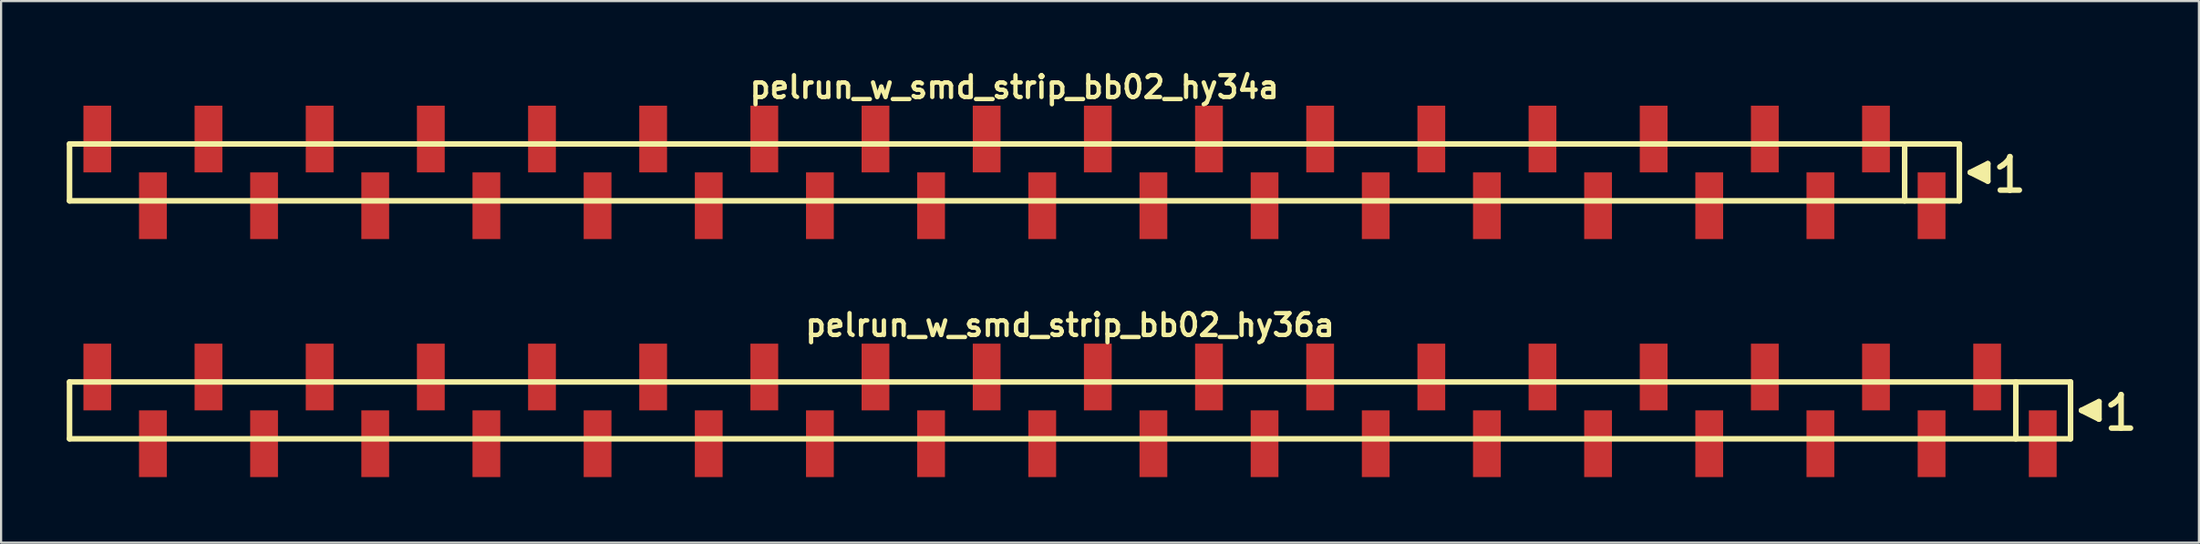
<source format=kicad_pcb>
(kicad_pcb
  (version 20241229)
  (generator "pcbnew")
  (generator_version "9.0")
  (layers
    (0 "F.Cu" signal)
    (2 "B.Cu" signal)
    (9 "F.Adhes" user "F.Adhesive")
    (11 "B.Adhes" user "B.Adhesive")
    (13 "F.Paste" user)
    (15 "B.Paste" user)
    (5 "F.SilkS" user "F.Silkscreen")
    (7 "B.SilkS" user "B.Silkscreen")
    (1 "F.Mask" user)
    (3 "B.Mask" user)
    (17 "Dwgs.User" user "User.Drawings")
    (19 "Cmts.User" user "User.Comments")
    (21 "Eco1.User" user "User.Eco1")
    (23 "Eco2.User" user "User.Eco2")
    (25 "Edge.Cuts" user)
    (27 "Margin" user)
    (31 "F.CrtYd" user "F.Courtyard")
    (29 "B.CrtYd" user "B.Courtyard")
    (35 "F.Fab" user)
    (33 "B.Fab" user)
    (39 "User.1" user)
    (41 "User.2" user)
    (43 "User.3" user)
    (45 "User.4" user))
  (footprint "pelrun_w_smd_strip_bb02_hy34a"
    (layer "F.Cu")
    (at 43.307 4.832)
    (property "Reference" "pelrun_w_smd_strip_bb02_hy34a" (at 0 -3.9 0) (layer "F.SilkS") (effects (font (size 0.998 0.998) (thickness 0.198))))
    (attr through_hole)
    (fp_line (start -43.18 -1.3) (end 43.18 -1.3) (stroke (width 0.254) (type solid)) (layer "F.SilkS"))
    (fp_line (start -43.18 1.3) (end -43.18 -1.3) (stroke (width 0.254) (type solid)) (layer "F.SilkS"))
    (fp_line (start 40.68 1.3) (end 40.68 -1.3) (stroke (width 0.254) (type solid)) (layer "F.SilkS"))
    (fp_line (start 43.18 -1.3) (end 43.18 1.3) (stroke (width 0.254) (type solid)) (layer "F.SilkS"))
    (fp_line (start 43.18 1.3) (end -43.18 1.3) (stroke (width 0.254) (type solid)) (layer "F.SilkS"))
    (fp_line (start 43.68 0) (end 44.48 0.4) (stroke (width 0.254) (type solid)) (layer "F.SilkS"))
    (fp_line (start 43.98 0.1) (end 43.98 -0.1) (stroke (width 0.254) (type solid)) (layer "F.SilkS"))
    (fp_line (start 44.08 -0.1) (end 44.08 0.1) (stroke (width 0.254) (type solid)) (layer "F.SilkS"))
    (fp_line (start 44.18 0.2) (end 44.18 -0.2) (stroke (width 0.254) (type solid)) (layer "F.SilkS"))
    (fp_line (start 44.28 -0.2) (end 44.28 0.2) (stroke (width 0.254) (type solid)) (layer "F.SilkS"))
    (fp_line (start 44.38 0.3) (end 44.38 -0.3) (stroke (width 0.254) (type solid)) (layer "F.SilkS"))
    (fp_line (start 44.48 -0.4) (end 43.68 0) (stroke (width 0.254) (type solid)) (layer "F.SilkS"))
    (fp_line (start 44.48 0.4) (end 44.48 -0.4) (stroke (width 0.254) (type solid)) (layer "F.SilkS"))
    (fp_line (start 45.03 -0.25) (end 45.16 -0.33) (stroke (width 0.254) (type solid)) (layer "F.SilkS"))
    (fp_line (start 45.16 -0.33) (end 45.32 -0.46) (stroke (width 0.254) (type solid)) (layer "F.SilkS"))
    (fp_line (start 45.32 -0.46) (end 45.46 -0.63) (stroke (width 0.254) (type solid)) (layer "F.SilkS"))
    (fp_line (start 45.46 -0.63) (end 45.49 -0.72) (stroke (width 0.254) (type solid)) (layer "F.SilkS"))
    (fp_line (start 45.49 -0.72) (end 45.49 0.81) (stroke (width 0.254) (type solid)) (layer "F.SilkS"))
    (fp_line (start 45.49 0.81) (end 45.05 0.81) (stroke (width 0.254) (type solid)) (layer "F.SilkS"))
    (fp_line (start 45.92 0.81) (end 45.48 0.81) (stroke (width 0.254) (type solid)) (layer "F.SilkS"))
    (pad "1" smd rect (at 41.91 1.525) (size 1.27 3.05) (layers "F.Cu" "F.Mask" "F.Paste"))
    (pad "2" smd rect (at 39.37 -1.525) (size 1.27 3.05) (layers "F.Cu" "F.Mask" "F.Paste"))
    (pad "3" smd rect (at 36.83 1.525) (size 1.27 3.05) (layers "F.Cu" "F.Mask" "F.Paste"))
    (pad "4" smd rect (at 34.29 -1.525) (size 1.27 3.05) (layers "F.Cu" "F.Mask" "F.Paste"))
    (pad "5" smd rect (at 31.75 1.525) (size 1.27 3.05) (layers "F.Cu" "F.Mask" "F.Paste"))
    (pad "6" smd rect (at 29.21 -1.525) (size 1.27 3.05) (layers "F.Cu" "F.Mask" "F.Paste"))
    (pad "7" smd rect (at 26.67 1.525) (size 1.27 3.05) (layers "F.Cu" "F.Mask" "F.Paste"))
    (pad "8" smd rect (at 24.13 -1.525) (size 1.27 3.05) (layers "F.Cu" "F.Mask" "F.Paste"))
    (pad "9" smd rect (at 21.59 1.525) (size 1.27 3.05) (layers "F.Cu" "F.Mask" "F.Paste"))
    (pad "10" smd rect (at 19.05 -1.525) (size 1.27 3.05) (layers "F.Cu" "F.Mask" "F.Paste"))
    (pad "11" smd rect (at 16.51 1.525) (size 1.27 3.05) (layers "F.Cu" "F.Mask" "F.Paste"))
    (pad "12" smd rect (at 13.97 -1.525) (size 1.27 3.05) (layers "F.Cu" "F.Mask" "F.Paste"))
    (pad "13" smd rect (at 11.43 1.525) (size 1.27 3.05) (layers "F.Cu" "F.Mask" "F.Paste"))
    (pad "14" smd rect (at 8.89 -1.525) (size 1.27 3.05) (layers "F.Cu" "F.Mask" "F.Paste"))
    (pad "15" smd rect (at 6.35 1.525) (size 1.27 3.05) (layers "F.Cu" "F.Mask" "F.Paste"))
    (pad "16" smd rect (at 3.81 -1.525) (size 1.27 3.05) (layers "F.Cu" "F.Mask" "F.Paste"))
    (pad "17" smd rect (at 1.27 1.525) (size 1.27 3.05) (layers "F.Cu" "F.Mask" "F.Paste"))
    (pad "18" smd rect (at -1.27 -1.525) (size 1.27 3.05) (layers "F.Cu" "F.Mask" "F.Paste"))
    (pad "19" smd rect (at -3.81 1.525) (size 1.27 3.05) (layers "F.Cu" "F.Mask" "F.Paste"))
    (pad "20" smd rect (at -6.35 -1.525) (size 1.27 3.05) (layers "F.Cu" "F.Mask" "F.Paste"))
    (pad "21" smd rect (at -8.89 1.525) (size 1.27 3.05) (layers "F.Cu" "F.Mask" "F.Paste"))
    (pad "22" smd rect (at -11.43 -1.525) (size 1.27 3.05) (layers "F.Cu" "F.Mask" "F.Paste"))
    (pad "23" smd rect (at -13.97 1.525) (size 1.27 3.05) (layers "F.Cu" "F.Mask" "F.Paste"))
    (pad "24" smd rect (at -16.51 -1.525) (size 1.27 3.05) (layers "F.Cu" "F.Mask" "F.Paste"))
    (pad "25" smd rect (at -19.05 1.525) (size 1.27 3.05) (layers "F.Cu" "F.Mask" "F.Paste"))
    (pad "26" smd rect (at -21.59 -1.525) (size 1.27 3.05) (layers "F.Cu" "F.Mask" "F.Paste"))
    (pad "27" smd rect (at -24.13 1.525) (size 1.27 3.05) (layers "F.Cu" "F.Mask" "F.Paste"))
    (pad "28" smd rect (at -26.67 -1.525) (size 1.27 3.05) (layers "F.Cu" "F.Mask" "F.Paste"))
    (pad "29" smd rect (at -29.21 1.525) (size 1.27 3.05) (layers "F.Cu" "F.Mask" "F.Paste"))
    (pad "30" smd rect (at -31.75 -1.525) (size 1.27 3.05) (layers "F.Cu" "F.Mask" "F.Paste"))
    (pad "31" smd rect (at -34.29 1.525) (size 1.27 3.05) (layers "F.Cu" "F.Mask" "F.Paste"))
    (pad "32" smd rect (at -36.83 -1.525) (size 1.27 3.05) (layers "F.Cu" "F.Mask" "F.Paste"))
    (pad "33" smd rect (at -39.37 1.525) (size 1.27 3.05) (layers "F.Cu" "F.Mask" "F.Paste"))
    (pad "34" smd rect (at -41.91 -1.525) (size 1.27 3.05) (layers "F.Cu" "F.Mask" "F.Paste")))
  (footprint "pelrun_w_smd_strip_bb02_hy36a"
    (layer "F.Cu")
    (at 45.847 15.713)
    (property "Reference" "pelrun_w_smd_strip_bb02_hy36a" (at 0 -3.9 0) (layer "F.SilkS") (effects (font (size 0.998 0.998) (thickness 0.198))))
    (attr through_hole)
    (fp_line (start -45.72 -1.3) (end 45.72 -1.3) (stroke (width 0.254) (type solid)) (layer "F.SilkS"))
    (fp_line (start -45.72 1.3) (end -45.72 -1.3) (stroke (width 0.254) (type solid)) (layer "F.SilkS"))
    (fp_line (start 43.22 1.3) (end 43.22 -1.3) (stroke (width 0.254) (type solid)) (layer "F.SilkS"))
    (fp_line (start 45.72 -1.3) (end 45.72 1.3) (stroke (width 0.254) (type solid)) (layer "F.SilkS"))
    (fp_line (start 45.72 1.3) (end -45.72 1.3) (stroke (width 0.254) (type solid)) (layer "F.SilkS"))
    (fp_line (start 46.22 0) (end 47.02 0.4) (stroke (width 0.254) (type solid)) (layer "F.SilkS"))
    (fp_line (start 46.52 0.1) (end 46.52 -0.1) (stroke (width 0.254) (type solid)) (layer "F.SilkS"))
    (fp_line (start 46.62 -0.1) (end 46.62 0.1) (stroke (width 0.254) (type solid)) (layer "F.SilkS"))
    (fp_line (start 46.72 0.2) (end 46.72 -0.2) (stroke (width 0.254) (type solid)) (layer "F.SilkS"))
    (fp_line (start 46.82 -0.2) (end 46.82 0.2) (stroke (width 0.254) (type solid)) (layer "F.SilkS"))
    (fp_line (start 46.92 0.3) (end 46.92 -0.3) (stroke (width 0.254) (type solid)) (layer "F.SilkS"))
    (fp_line (start 47.02 -0.4) (end 46.22 0) (stroke (width 0.254) (type solid)) (layer "F.SilkS"))
    (fp_line (start 47.02 0.4) (end 47.02 -0.4) (stroke (width 0.254) (type solid)) (layer "F.SilkS"))
    (fp_line (start 47.57 -0.25) (end 47.7 -0.33) (stroke (width 0.254) (type solid)) (layer "F.SilkS"))
    (fp_line (start 47.7 -0.33) (end 47.86 -0.46) (stroke (width 0.254) (type solid)) (layer "F.SilkS"))
    (fp_line (start 47.86 -0.46) (end 48 -0.63) (stroke (width 0.254) (type solid)) (layer "F.SilkS"))
    (fp_line (start 48 -0.63) (end 48.03 -0.72) (stroke (width 0.254) (type solid)) (layer "F.SilkS"))
    (fp_line (start 48.03 -0.72) (end 48.03 0.81) (stroke (width 0.254) (type solid)) (layer "F.SilkS"))
    (fp_line (start 48.03 0.81) (end 47.59 0.81) (stroke (width 0.254) (type solid)) (layer "F.SilkS"))
    (fp_line (start 48.46 0.81) (end 48.02 0.81) (stroke (width 0.254) (type solid)) (layer "F.SilkS"))
    (pad "1" smd rect (at 44.45 1.525) (size 1.27 3.05) (layers "F.Cu" "F.Mask" "F.Paste"))
    (pad "2" smd rect (at 41.91 -1.525) (size 1.27 3.05) (layers "F.Cu" "F.Mask" "F.Paste"))
    (pad "3" smd rect (at 39.37 1.525) (size 1.27 3.05) (layers "F.Cu" "F.Mask" "F.Paste"))
    (pad "4" smd rect (at 36.83 -1.525) (size 1.27 3.05) (layers "F.Cu" "F.Mask" "F.Paste"))
    (pad "5" smd rect (at 34.29 1.525) (size 1.27 3.05) (layers "F.Cu" "F.Mask" "F.Paste"))
    (pad "6" smd rect (at 31.75 -1.525) (size 1.27 3.05) (layers "F.Cu" "F.Mask" "F.Paste"))
    (pad "7" smd rect (at 29.21 1.525) (size 1.27 3.05) (layers "F.Cu" "F.Mask" "F.Paste"))
    (pad "8" smd rect (at 26.67 -1.525) (size 1.27 3.05) (layers "F.Cu" "F.Mask" "F.Paste"))
    (pad "9" smd rect (at 24.13 1.525) (size 1.27 3.05) (layers "F.Cu" "F.Mask" "F.Paste"))
    (pad "10" smd rect (at 21.59 -1.525) (size 1.27 3.05) (layers "F.Cu" "F.Mask" "F.Paste"))
    (pad "11" smd rect (at 19.05 1.525) (size 1.27 3.05) (layers "F.Cu" "F.Mask" "F.Paste"))
    (pad "12" smd rect (at 16.51 -1.525) (size 1.27 3.05) (layers "F.Cu" "F.Mask" "F.Paste"))
    (pad "13" smd rect (at 13.97 1.525) (size 1.27 3.05) (layers "F.Cu" "F.Mask" "F.Paste"))
    (pad "14" smd rect (at 11.43 -1.525) (size 1.27 3.05) (layers "F.Cu" "F.Mask" "F.Paste"))
    (pad "15" smd rect (at 8.89 1.525) (size 1.27 3.05) (layers "F.Cu" "F.Mask" "F.Paste"))
    (pad "16" smd rect (at 6.35 -1.525) (size 1.27 3.05) (layers "F.Cu" "F.Mask" "F.Paste"))
    (pad "17" smd rect (at 3.81 1.525) (size 1.27 3.05) (layers "F.Cu" "F.Mask" "F.Paste"))
    (pad "18" smd rect (at 1.27 -1.525) (size 1.27 3.05) (layers "F.Cu" "F.Mask" "F.Paste"))
    (pad "19" smd rect (at -1.27 1.525) (size 1.27 3.05) (layers "F.Cu" "F.Mask" "F.Paste"))
    (pad "20" smd rect (at -3.81 -1.525) (size 1.27 3.05) (layers "F.Cu" "F.Mask" "F.Paste"))
    (pad "21" smd rect (at -6.35 1.525) (size 1.27 3.05) (layers "F.Cu" "F.Mask" "F.Paste"))
    (pad "22" smd rect (at -8.89 -1.525) (size 1.27 3.05) (layers "F.Cu" "F.Mask" "F.Paste"))
    (pad "23" smd rect (at -11.43 1.525) (size 1.27 3.05) (layers "F.Cu" "F.Mask" "F.Paste"))
    (pad "24" smd rect (at -13.97 -1.525) (size 1.27 3.05) (layers "F.Cu" "F.Mask" "F.Paste"))
    (pad "25" smd rect (at -16.51 1.525) (size 1.27 3.05) (layers "F.Cu" "F.Mask" "F.Paste"))
    (pad "26" smd rect (at -19.05 -1.525) (size 1.27 3.05) (layers "F.Cu" "F.Mask" "F.Paste"))
    (pad "27" smd rect (at -21.59 1.525) (size 1.27 3.05) (layers "F.Cu" "F.Mask" "F.Paste"))
    (pad "28" smd rect (at -24.13 -1.525) (size 1.27 3.05) (layers "F.Cu" "F.Mask" "F.Paste"))
    (pad "29" smd rect (at -26.67 1.525) (size 1.27 3.05) (layers "F.Cu" "F.Mask" "F.Paste"))
    (pad "30" smd rect (at -29.21 -1.525) (size 1.27 3.05) (layers "F.Cu" "F.Mask" "F.Paste"))
    (pad "31" smd rect (at -31.75 1.525) (size 1.27 3.05) (layers "F.Cu" "F.Mask" "F.Paste"))
    (pad "32" smd rect (at -34.29 -1.525) (size 1.27 3.05) (layers "F.Cu" "F.Mask" "F.Paste"))
    (pad "33" smd rect (at -36.83 1.525) (size 1.27 3.05) (layers "F.Cu" "F.Mask" "F.Paste"))
    (pad "34" smd rect (at -39.37 -1.525) (size 1.27 3.05) (layers "F.Cu" "F.Mask" "F.Paste"))
    (pad "35" smd rect (at -41.91 1.525) (size 1.27 3.05) (layers "F.Cu" "F.Mask" "F.Paste"))
    (pad "36" smd rect (at -44.45 -1.525) (size 1.27 3.05) (layers "F.Cu" "F.Mask" "F.Paste")))
  (gr_rect
    (start -3 -3)
    (end 97.434 21.763)
    (stroke (width 0.1) (type default))
    (fill no)
    (layer "Edge.Cuts")))
</source>
